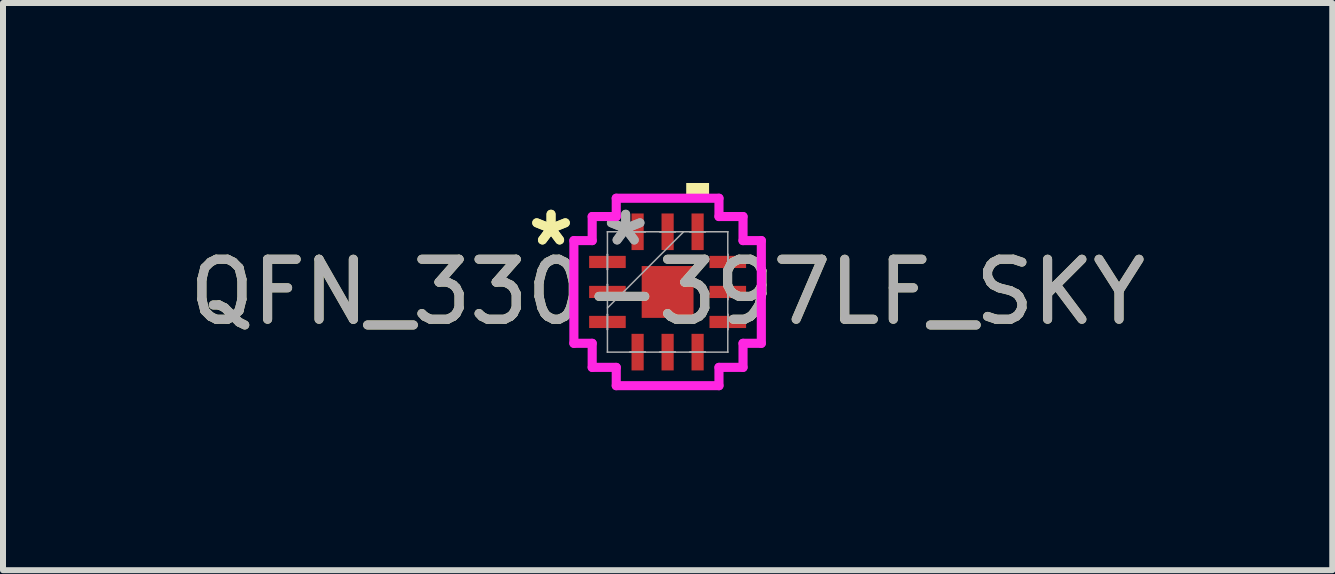
<source format=kicad_pcb>
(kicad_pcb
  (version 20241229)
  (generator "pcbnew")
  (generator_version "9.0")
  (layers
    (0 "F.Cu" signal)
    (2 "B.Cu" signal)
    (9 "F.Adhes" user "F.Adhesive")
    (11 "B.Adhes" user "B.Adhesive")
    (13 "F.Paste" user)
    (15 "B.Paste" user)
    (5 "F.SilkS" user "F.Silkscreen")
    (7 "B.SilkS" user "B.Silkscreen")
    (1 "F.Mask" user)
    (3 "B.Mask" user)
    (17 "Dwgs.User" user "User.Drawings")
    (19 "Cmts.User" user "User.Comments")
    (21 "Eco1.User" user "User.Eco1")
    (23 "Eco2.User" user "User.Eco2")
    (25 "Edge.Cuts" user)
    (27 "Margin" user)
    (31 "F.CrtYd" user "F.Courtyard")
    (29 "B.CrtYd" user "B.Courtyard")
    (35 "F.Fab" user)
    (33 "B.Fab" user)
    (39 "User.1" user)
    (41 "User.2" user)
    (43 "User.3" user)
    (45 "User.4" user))
  (footprint "QFN_330-397LF_SKY"
    (layer "F.Cu")
    (at 8.077 1.816)
    (property "Reference" "QFN_330-397LF_SKY" (at 0 0 0) (unlocked yes) (layer "F.SilkS") (effects (font (size 1 1) (thickness 0.15))))
    (attr smd)
    (fp_poly (pts (xy 0.31 -1.562) (xy 0.31 -1.816) (xy 0.691 -1.816) (xy 0.691 -1.562)) (stroke (width 0) (type solid)) (fill yes) (layer "F.SilkS"))
    (fp_line (start -1.562 -0.856) (end -1.257 -0.856) (stroke (width 0.152) (type solid)) (layer "F.CrtYd"))
    (fp_line (start -1.562 0.856) (end -1.562 -0.856) (stroke (width 0.152) (type solid)) (layer "F.CrtYd"))
    (fp_line (start -1.257 -1.257) (end -0.856 -1.257) (stroke (width 0.152) (type solid)) (layer "F.CrtYd"))
    (fp_line (start -1.257 -0.856) (end -1.257 -1.257) (stroke (width 0.152) (type solid)) (layer "F.CrtYd"))
    (fp_line (start -1.257 0.856) (end -1.562 0.856) (stroke (width 0.152) (type solid)) (layer "F.CrtYd"))
    (fp_line (start -1.257 1.257) (end -1.257 0.856) (stroke (width 0.152) (type solid)) (layer "F.CrtYd"))
    (fp_line (start -0.856 -1.562) (end 0.856 -1.562) (stroke (width 0.152) (type solid)) (layer "F.CrtYd"))
    (fp_line (start -0.856 -1.257) (end -0.856 -1.562) (stroke (width 0.152) (type solid)) (layer "F.CrtYd"))
    (fp_line (start -0.856 1.257) (end -1.257 1.257) (stroke (width 0.152) (type solid)) (layer "F.CrtYd"))
    (fp_line (start -0.856 1.562) (end -0.856 1.257) (stroke (width 0.152) (type solid)) (layer "F.CrtYd"))
    (fp_line (start 0.856 -1.562) (end 0.856 -1.257) (stroke (width 0.152) (type solid)) (layer "F.CrtYd"))
    (fp_line (start 0.856 -1.257) (end 1.257 -1.257) (stroke (width 0.152) (type solid)) (layer "F.CrtYd"))
    (fp_line (start 0.856 1.257) (end 0.856 1.562) (stroke (width 0.152) (type solid)) (layer "F.CrtYd"))
    (fp_line (start 0.856 1.562) (end -0.856 1.562) (stroke (width 0.152) (type solid)) (layer "F.CrtYd"))
    (fp_line (start 1.257 -1.257) (end 1.257 -0.856) (stroke (width 0.152) (type solid)) (layer "F.CrtYd"))
    (fp_line (start 1.257 -0.856) (end 1.562 -0.856) (stroke (width 0.152) (type solid)) (layer "F.CrtYd"))
    (fp_line (start 1.257 0.856) (end 1.257 1.257) (stroke (width 0.152) (type solid)) (layer "F.CrtYd"))
    (fp_line (start 1.257 1.257) (end 0.856 1.257) (stroke (width 0.152) (type solid)) (layer "F.CrtYd"))
    (fp_line (start 1.562 -0.856) (end 1.562 0.856) (stroke (width 0.152) (type solid)) (layer "F.CrtYd"))
    (fp_line (start 1.562 0.856) (end 1.257 0.856) (stroke (width 0.152) (type solid)) (layer "F.CrtYd"))
    (fp_line (start -1.003 -1.003) (end -1.003 -1.003) (stroke (width 0.025) (type solid)) (layer "F.Fab"))
    (fp_line (start -1.003 -1.003) (end -1.003 1.003) (stroke (width 0.025) (type solid)) (layer "F.Fab"))
    (fp_line (start -1.003 -0.627) (end -1.003 -0.627) (stroke (width 0.025) (type solid)) (layer "F.Fab"))
    (fp_line (start -1.003 -0.627) (end -1.003 -0.373) (stroke (width 0.025) (type solid)) (layer "F.Fab"))
    (fp_line (start -1.003 -0.373) (end -1.003 -0.627) (stroke (width 0.025) (type solid)) (layer "F.Fab"))
    (fp_line (start -1.003 -0.373) (end -1.003 -0.373) (stroke (width 0.025) (type solid)) (layer "F.Fab"))
    (fp_line (start -1.003 -0.127) (end -1.003 -0.127) (stroke (width 0.025) (type solid)) (layer "F.Fab"))
    (fp_line (start -1.003 -0.127) (end -1.003 0.127) (stroke (width 0.025) (type solid)) (layer "F.Fab"))
    (fp_line (start -1.003 0.127) (end -1.003 -0.127) (stroke (width 0.025) (type solid)) (layer "F.Fab"))
    (fp_line (start -1.003 0.127) (end -1.003 0.127) (stroke (width 0.025) (type solid)) (layer "F.Fab"))
    (fp_line (start -1.003 0.267) (end 0.267 -1.003) (stroke (width 0.025) (type solid)) (layer "F.Fab"))
    (fp_line (start -1.003 0.373) (end -1.003 0.373) (stroke (width 0.025) (type solid)) (layer "F.Fab"))
    (fp_line (start -1.003 0.373) (end -1.003 0.627) (stroke (width 0.025) (type solid)) (layer "F.Fab"))
    (fp_line (start -1.003 0.627) (end -1.003 0.373) (stroke (width 0.025) (type solid)) (layer "F.Fab"))
    (fp_line (start -1.003 0.627) (end -1.003 0.627) (stroke (width 0.025) (type solid)) (layer "F.Fab"))
    (fp_line (start -1.003 1.003) (end -1.003 1.003) (stroke (width 0.025) (type solid)) (layer "F.Fab"))
    (fp_line (start -1.003 1.003) (end 1.003 1.003) (stroke (width 0.025) (type solid)) (layer "F.Fab"))
    (fp_line (start -0.627 -1.003) (end -0.627 -1.003) (stroke (width 0.025) (type solid)) (layer "F.Fab"))
    (fp_line (start -0.627 -1.003) (end -0.373 -1.003) (stroke (width 0.025) (type solid)) (layer "F.Fab"))
    (fp_line (start -0.627 1.003) (end -0.627 1.003) (stroke (width 0.025) (type solid)) (layer "F.Fab"))
    (fp_line (start -0.627 1.003) (end -0.373 1.003) (stroke (width 0.025) (type solid)) (layer "F.Fab"))
    (fp_line (start -0.373 -1.003) (end -0.627 -1.003) (stroke (width 0.025) (type solid)) (layer "F.Fab"))
    (fp_line (start -0.373 -1.003) (end -0.373 -1.003) (stroke (width 0.025) (type solid)) (layer "F.Fab"))
    (fp_line (start -0.373 1.003) (end -0.627 1.003) (stroke (width 0.025) (type solid)) (layer "F.Fab"))
    (fp_line (start -0.373 1.003) (end -0.373 1.003) (stroke (width 0.025) (type solid)) (layer "F.Fab"))
    (fp_line (start -0.127 -1.003) (end -0.127 -1.003) (stroke (width 0.025) (type solid)) (layer "F.Fab"))
    (fp_line (start -0.127 -1.003) (end 0.127 -1.003) (stroke (width 0.025) (type solid)) (layer "F.Fab"))
    (fp_line (start -0.127 1.003) (end -0.127 1.003) (stroke (width 0.025) (type solid)) (layer "F.Fab"))
    (fp_line (start -0.127 1.003) (end 0.127 1.003) (stroke (width 0.025) (type solid)) (layer "F.Fab"))
    (fp_line (start 0.127 -1.003) (end -0.127 -1.003) (stroke (width 0.025) (type solid)) (layer "F.Fab"))
    (fp_line (start 0.127 -1.003) (end 0.127 -1.003) (stroke (width 0.025) (type solid)) (layer "F.Fab"))
    (fp_line (start 0.127 1.003) (end -0.127 1.003) (stroke (width 0.025) (type solid)) (layer "F.Fab"))
    (fp_line (start 0.127 1.003) (end 0.127 1.003) (stroke (width 0.025) (type solid)) (layer "F.Fab"))
    (fp_line (start 0.373 -1.003) (end 0.373 -1.003) (stroke (width 0.025) (type solid)) (layer "F.Fab"))
    (fp_line (start 0.373 -1.003) (end 0.627 -1.003) (stroke (width 0.025) (type solid)) (layer "F.Fab"))
    (fp_line (start 0.373 1.003) (end 0.373 1.003) (stroke (width 0.025) (type solid)) (layer "F.Fab"))
    (fp_line (start 0.373 1.003) (end 0.627 1.003) (stroke (width 0.025) (type solid)) (layer "F.Fab"))
    (fp_line (start 0.627 -1.003) (end 0.373 -1.003) (stroke (width 0.025) (type solid)) (layer "F.Fab"))
    (fp_line (start 0.627 -1.003) (end 0.627 -1.003) (stroke (width 0.025) (type solid)) (layer "F.Fab"))
    (fp_line (start 0.627 1.003) (end 0.373 1.003) (stroke (width 0.025) (type solid)) (layer "F.Fab"))
    (fp_line (start 0.627 1.003) (end 0.627 1.003) (stroke (width 0.025) (type solid)) (layer "F.Fab"))
    (fp_line (start 1.003 -1.003) (end -1.003 -1.003) (stroke (width 0.025) (type solid)) (layer "F.Fab"))
    (fp_line (start 1.003 -1.003) (end 1.003 -1.003) (stroke (width 0.025) (type solid)) (layer "F.Fab"))
    (fp_line (start 1.003 -0.627) (end 1.003 -0.627) (stroke (width 0.025) (type solid)) (layer "F.Fab"))
    (fp_line (start 1.003 -0.627) (end 1.003 -0.373) (stroke (width 0.025) (type solid)) (layer "F.Fab"))
    (fp_line (start 1.003 -0.373) (end 1.003 -0.627) (stroke (width 0.025) (type solid)) (layer "F.Fab"))
    (fp_line (start 1.003 -0.373) (end 1.003 -0.373) (stroke (width 0.025) (type solid)) (layer "F.Fab"))
    (fp_line (start 1.003 -0.127) (end 1.003 -0.127) (stroke (width 0.025) (type solid)) (layer "F.Fab"))
    (fp_line (start 1.003 -0.127) (end 1.003 0.127) (stroke (width 0.025) (type solid)) (layer "F.Fab"))
    (fp_line (start 1.003 0.127) (end 1.003 -0.127) (stroke (width 0.025) (type solid)) (layer "F.Fab"))
    (fp_line (start 1.003 0.127) (end 1.003 0.127) (stroke (width 0.025) (type solid)) (layer "F.Fab"))
    (fp_line (start 1.003 0.373) (end 1.003 0.373) (stroke (width 0.025) (type solid)) (layer "F.Fab"))
    (fp_line (start 1.003 0.373) (end 1.003 0.627) (stroke (width 0.025) (type solid)) (layer "F.Fab"))
    (fp_line (start 1.003 0.627) (end 1.003 0.373) (stroke (width 0.025) (type solid)) (layer "F.Fab"))
    (fp_line (start 1.003 0.627) (end 1.003 0.627) (stroke (width 0.025) (type solid)) (layer "F.Fab"))
    (fp_line (start 1.003 1.003) (end 1.003 -1.003) (stroke (width 0.025) (type solid)) (layer "F.Fab"))
    (fp_line (start 1.003 1.003) (end 1.003 1.003) (stroke (width 0.025) (type solid)) (layer "F.Fab"))
    (fp_text user "*" (at -1.943 -0.75 0) (unlocked yes) (layer "F.SilkS") (effects (font (size 1 1) (thickness 0.15))))
    (fp_text user "*" (at -1.943 -0.75 0) (layer "F.SilkS") (effects (font (size 1 1) (thickness 0.15))))
    (fp_text user "*" (at -0.699 -0.75 0) (layer "F.Fab") (effects (font (size 1 1) (thickness 0.15))))
    (fp_text user "*" (at -0.699 -0.75 0) (unlocked yes) (layer "F.Fab") (effects (font (size 1 1) (thickness 0.15))))
    (fp_text user "${REFERENCE}" (at 0 0 0) (unlocked yes) (layer "F.Fab") (effects (font (size 1 1) (thickness 0.15))))
    (pad "1" smd rect (at -1.003 -0.5 90) (size 0.203 0.61) (layers "F.Cu" "F.Mask" "F.Paste"))
    (pad "2" smd rect (at -1.003 0 90) (size 0.203 0.61) (layers "F.Cu" "F.Mask" "F.Paste"))
    (pad "3" smd rect (at -1.003 0.5 90) (size 0.203 0.61) (layers "F.Cu" "F.Mask" "F.Paste"))
    (pad "4" smd rect (at -0.5 1.003) (size 0.203 0.61) (layers "F.Cu" "F.Mask" "F.Paste"))
    (pad "5" smd rect (at 0 1.003) (size 0.203 0.61) (layers "F.Cu" "F.Mask" "F.Paste"))
    (pad "6" smd rect (at 0.5 1.003) (size 0.203 0.61) (layers "F.Cu" "F.Mask" "F.Paste"))
    (pad "7" smd rect (at 1.003 0.5 90) (size 0.203 0.61) (layers "F.Cu" "F.Mask" "F.Paste"))
    (pad "8" smd rect (at 1.003 0 90) (size 0.203 0.61) (layers "F.Cu" "F.Mask" "F.Paste"))
    (pad "9" smd rect (at 1.003 -0.5 90) (size 0.203 0.61) (layers "F.Cu" "F.Mask" "F.Paste"))
    (pad "10" smd rect (at 0.5 -1.003) (size 0.203 0.61) (layers "F.Cu" "F.Mask" "F.Paste"))
    (pad "11" smd rect (at 0 -1.003) (size 0.203 0.61) (layers "F.Cu" "F.Mask" "F.Paste"))
    (pad "12" smd rect (at -0.5 -1.003) (size 0.203 0.61) (layers "F.Cu" "F.Mask" "F.Paste"))
    (pad "13" smd rect (at 0 0) (size 0.864 0.864) (layers "F.Cu" "F.Mask" "F.Paste")))
  (gr_rect
    (start -3 -3)
    (end 19.155 6.454)
    (stroke (width 0.1) (type default))
    (fill no)
    (layer "Edge.Cuts")))
</source>
